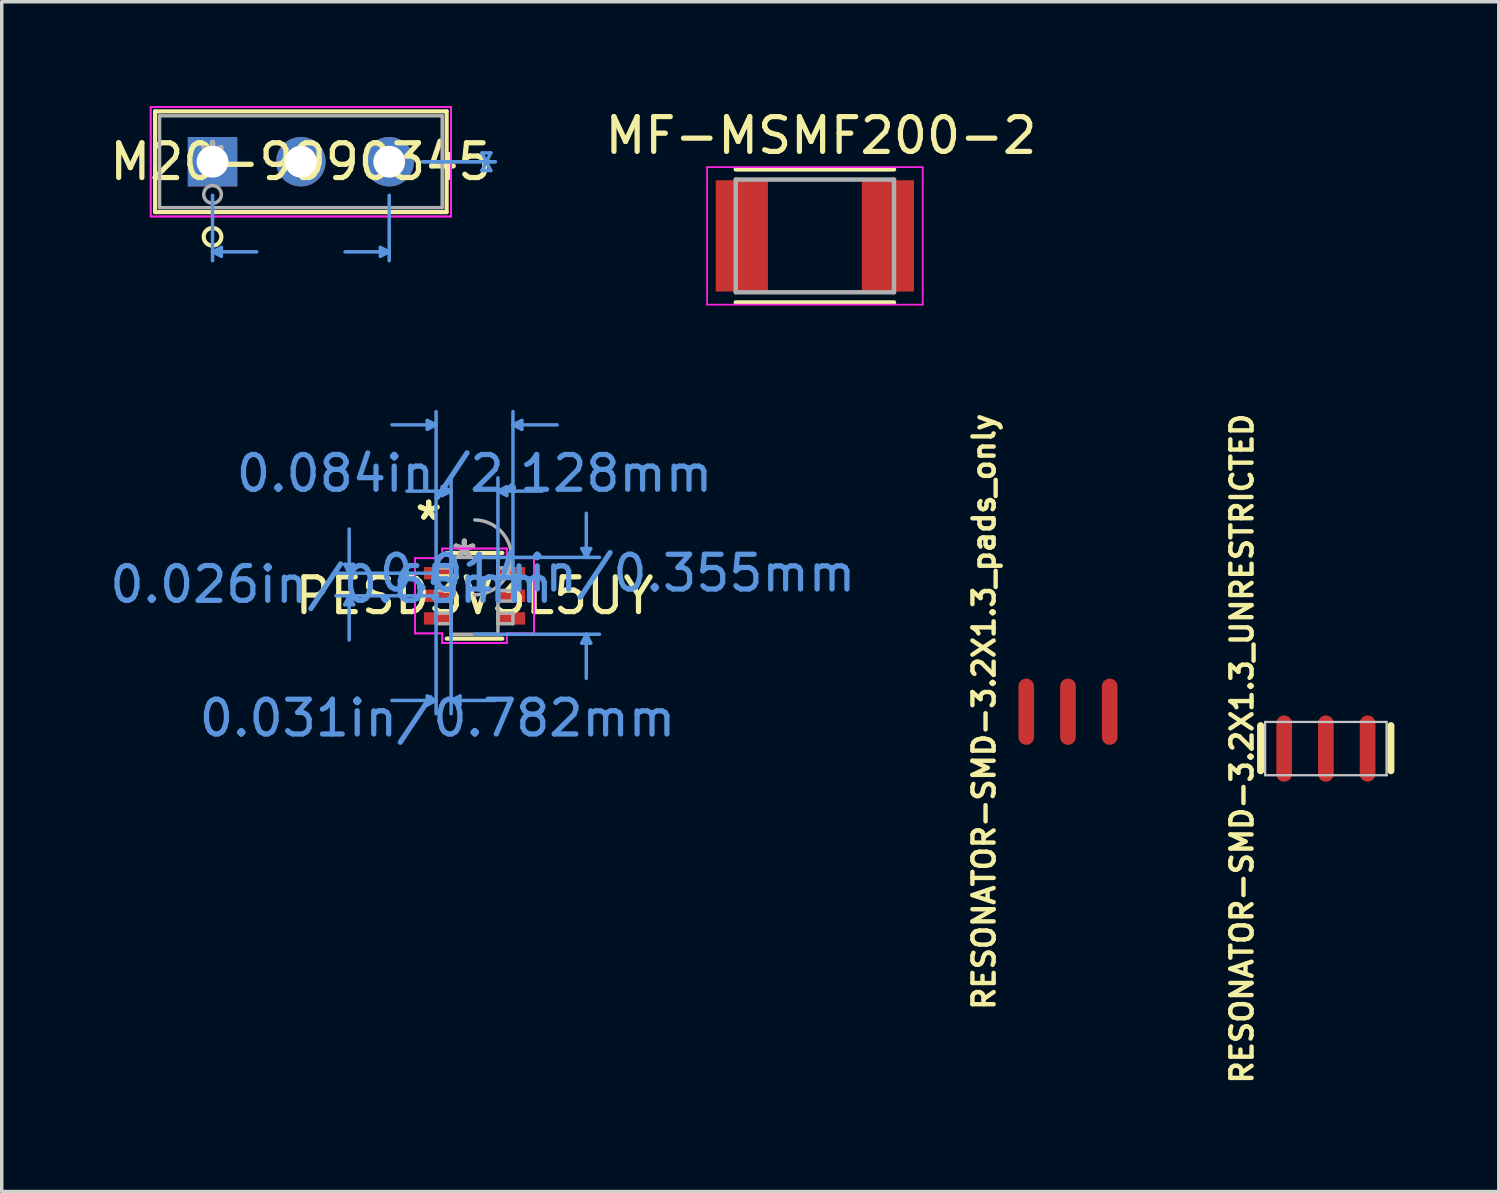
<source format=kicad_pcb>
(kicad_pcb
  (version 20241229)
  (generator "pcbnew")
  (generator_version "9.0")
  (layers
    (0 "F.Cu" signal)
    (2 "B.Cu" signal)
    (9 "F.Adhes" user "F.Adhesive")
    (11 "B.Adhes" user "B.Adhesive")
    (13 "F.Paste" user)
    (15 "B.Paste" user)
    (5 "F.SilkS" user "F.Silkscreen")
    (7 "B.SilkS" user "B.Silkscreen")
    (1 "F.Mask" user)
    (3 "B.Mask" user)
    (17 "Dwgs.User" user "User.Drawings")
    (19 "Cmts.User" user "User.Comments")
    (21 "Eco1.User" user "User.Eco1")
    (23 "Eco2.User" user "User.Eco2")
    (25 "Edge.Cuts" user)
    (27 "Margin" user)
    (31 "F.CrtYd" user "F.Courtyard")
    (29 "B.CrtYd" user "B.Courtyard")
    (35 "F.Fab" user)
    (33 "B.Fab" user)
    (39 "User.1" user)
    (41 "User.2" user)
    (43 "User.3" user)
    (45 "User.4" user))
  (footprint "M20-9990345"
    (layer "F.Cu")
    (at 3.061 1.6)
    (property "Reference" "M20-9990345" (at 2.54 0 0) (layer "F.SilkS") (effects (font (size 1 1) (thickness 0.15))))
    (attr through_hole)
    (fp_line (start -1.651 -1.448) (end -1.651 1.448) (stroke (width 0.12) (type solid)) (layer "F.SilkS"))
    (fp_line (start -1.651 1.448) (end 6.731 1.448) (stroke (width 0.12) (type solid)) (layer "F.SilkS"))
    (fp_line (start 6.731 -1.448) (end -1.651 -1.448) (stroke (width 0.12) (type solid)) (layer "F.SilkS"))
    (fp_line (start 6.731 1.448) (end 6.731 -1.448) (stroke (width 0.12) (type solid)) (layer "F.SilkS"))
    (fp_circle (center 0 2.159) (end 0.254 2.159) (stroke (width 0.12) (type solid)) (fill no) (layer "F.SilkS"))
    (fp_line (start 0 0.965) (end 0 2.845) (stroke (width 0.1) (type solid)) (layer "Cmts.User"))
    (fp_line (start 0 2.591) (end 0.254 2.718) (stroke (width 0.1) (type solid)) (layer "Cmts.User"))
    (fp_line (start 0 2.591) (end 1.27 2.591) (stroke (width 0.1) (type solid)) (layer "Cmts.User"))
    (fp_line (start 0.254 2.464) (end 0 2.591) (stroke (width 0.1) (type solid)) (layer "Cmts.User"))
    (fp_line (start 0.254 2.718) (end 0.254 2.464) (stroke (width 0.1) (type solid)) (layer "Cmts.User"))
    (fp_line (start 4.826 2.464) (end 5.08 2.591) (stroke (width 0.1) (type solid)) (layer "Cmts.User"))
    (fp_line (start 4.826 2.718) (end 4.826 2.464) (stroke (width 0.1) (type solid)) (layer "Cmts.User"))
    (fp_line (start 5.08 0.965) (end 5.08 2.845) (stroke (width 0.1) (type solid)) (layer "Cmts.User"))
    (fp_line (start 5.08 2.591) (end 3.81 2.591) (stroke (width 0.1) (type solid)) (layer "Cmts.User"))
    (fp_line (start 5.08 2.591) (end 4.826 2.718) (stroke (width 0.1) (type solid)) (layer "Cmts.User"))
    (fp_line (start 6.045 0) (end 8.128 0) (stroke (width 0.1) (type solid)) (layer "Cmts.User"))
    (fp_line (start 6.045 0) (end 8.128 0) (stroke (width 0.1) (type solid)) (layer "Cmts.User"))
    (fp_line (start 7.747 -0.254) (end 8.001 -0.254) (stroke (width 0.1) (type solid)) (layer "Cmts.User"))
    (fp_line (start 7.747 0.254) (end 8.001 0.254) (stroke (width 0.1) (type solid)) (layer "Cmts.User"))
    (fp_line (start 7.874 0) (end 7.747 -0.254) (stroke (width 0.1) (type solid)) (layer "Cmts.User"))
    (fp_line (start 7.874 0) (end 7.747 0.254) (stroke (width 0.1) (type solid)) (layer "Cmts.User"))
    (fp_line (start 7.874 0) (end 7.874 0) (stroke (width 0.1) (type solid)) (layer "Cmts.User"))
    (fp_line (start 8.001 -0.254) (end 7.874 0) (stroke (width 0.1) (type solid)) (layer "Cmts.User"))
    (fp_line (start 8.001 0.254) (end 7.874 0) (stroke (width 0.1) (type solid)) (layer "Cmts.User"))
    (fp_line (start -1.778 -1.575) (end -1.778 1.575) (stroke (width 0.05) (type solid)) (layer "F.CrtYd"))
    (fp_line (start -1.778 -1.575) (end -1.778 1.575) (stroke (width 0.05) (type solid)) (layer "F.CrtYd"))
    (fp_line (start -1.778 1.575) (end 6.858 1.575) (stroke (width 0.05) (type solid)) (layer "F.CrtYd"))
    (fp_line (start -1.778 1.575) (end 6.858 1.575) (stroke (width 0.05) (type solid)) (layer "F.CrtYd"))
    (fp_line (start 6.858 -1.575) (end -1.778 -1.575) (stroke (width 0.05) (type solid)) (layer "F.CrtYd"))
    (fp_line (start 6.858 -1.575) (end -1.778 -1.575) (stroke (width 0.05) (type solid)) (layer "F.CrtYd"))
    (fp_line (start 6.858 1.575) (end 6.858 -1.575) (stroke (width 0.05) (type solid)) (layer "F.CrtYd"))
    (fp_line (start 6.858 1.575) (end 6.858 -1.575) (stroke (width 0.05) (type solid)) (layer "F.CrtYd"))
    (fp_line (start -1.524 -1.321) (end -1.524 1.321) (stroke (width 0.1) (type solid)) (layer "F.Fab"))
    (fp_line (start -1.524 1.321) (end 6.604 1.321) (stroke (width 0.1) (type solid)) (layer "F.Fab"))
    (fp_line (start 6.604 -1.321) (end -1.524 -1.321) (stroke (width 0.1) (type solid)) (layer "F.Fab"))
    (fp_line (start 6.604 1.321) (end 6.604 -1.321) (stroke (width 0.1) (type solid)) (layer "F.Fab"))
    (fp_circle (center 0 0.94) (end 0.254 0.94) (stroke (width 0.1) (type solid)) (fill no) (layer "F.Fab"))
    (fp_text user "*" (at 0 0 0) (layer "F.SilkS") (effects (font (size 1 1) (thickness 0.15))))
    (fp_text user "Copyright 2021 Accelerated Designs. All rights reserved." (at 0 0 0) (layer "Cmts.User") (effects (font (size 0.127 0.127) (thickness 0.002))))
    (fp_text user "*" (at 0 0 0) (layer "F.Fab") (effects (font (size 1 1) (thickness 0.15))))
    (pad "1" thru_hole rect (at 0 0) (size 1.422 1.422) (drill 0.914) (layers "*.Cu" "*.Mask"))
    (pad "2" thru_hole circle (at 2.54 0) (size 1.422 1.422) (drill 0.914) (layers "*.Cu" "*.Mask"))
    (pad "3" thru_hole circle (at 5.08 0) (size 1.422 1.422) (drill 0.914) (layers "*.Cu" "*.Mask")))
  (footprint "RESONATOR-SMD-3.2X1.3_pads_only"
    (layer "F.Cu")
    (at 27.657 17.414)
    (property "Reference" "RESONATOR-SMD-3.2X1.3_pads_only" (at -2.413 0 270) (layer "F.SilkS") (effects (font (size 0.61 0.61) (thickness 0.127))))
    (attr smd)
    (pad "1" smd oval (at -1.199 0) (size 0.45 1.905) (layers "F.Cu" "F.Mask" "F.Paste"))
    (pad "2" smd oval (at 0 0) (size 0.45 1.905) (layers "F.Cu" "F.Mask" "F.Paste"))
    (pad "3" smd oval (at 1.199 0) (size 0.45 1.905) (layers "F.Cu" "F.Mask" "F.Paste")))
  (footprint "MF-MSMF200-2"
    (layer "F.Cu")
    (at 20.38 3.733)
    (property "Reference" "MF-MSMF200-2" (at 0.175 -2.885 0) (layer "F.SilkS") (effects (font (size 1 1) (thickness 0.15))))
    (attr through_hole)
    (fp_line (start -2.275 1.913) (end 2.275 1.913) (stroke (width 0.127) (type solid)) (layer "F.SilkS"))
    (fp_line (start 2.275 -1.913) (end -2.275 -1.913) (stroke (width 0.127) (type solid)) (layer "F.SilkS"))
    (fp_line (start -3.1 -1.977) (end 3.1 -1.977) (stroke (width 0.05) (type solid)) (layer "F.CrtYd"))
    (fp_line (start -3.1 1.977) (end -3.1 -1.977) (stroke (width 0.05) (type solid)) (layer "F.CrtYd"))
    (fp_line (start 3.1 -1.977) (end 3.1 1.977) (stroke (width 0.05) (type solid)) (layer "F.CrtYd"))
    (fp_line (start 3.1 1.977) (end -3.1 1.977) (stroke (width 0.05) (type solid)) (layer "F.CrtYd"))
    (fp_line (start -2.275 -1.62) (end -2.275 1.62) (stroke (width 0.127) (type solid)) (layer "F.Fab"))
    (fp_line (start -2.275 1.62) (end 2.275 1.62) (stroke (width 0.127) (type solid)) (layer "F.Fab"))
    (fp_line (start 2.275 -1.62) (end -2.275 -1.62) (stroke (width 0.127) (type solid)) (layer "F.Fab"))
    (fp_line (start 2.275 1.62) (end 2.275 -1.62) (stroke (width 0.127) (type solid)) (layer "F.Fab"))
    (pad "1" smd rect (at -2.1 0) (size 1.5 3.2) (layers "F.Cu" "F.Mask" "F.Paste"))
    (pad "2" smd rect (at 2.1 0) (size 1.5 3.2) (layers "F.Cu" "F.Mask" "F.Paste")))
  (footprint "PESD3V3L5UY"
    (layer "F.Cu")
    (at 10.594 14.081)
    (property "Reference" "PESD3V3L5UY" (at 0 0 0) (layer "F.SilkS") (effects (font (size 1 1) (thickness 0.15))))
    (attr through_hole)
    (fp_line (start -0.8 1.232) (end 0.8 1.232) (stroke (width 0.12) (type solid)) (layer "F.SilkS"))
    (fp_line (start 0.8 -1.232) (end -0.8 -1.232) (stroke (width 0.12) (type solid)) (layer "F.SilkS"))
    (fp_line (start -3.731 -0.904) (end -3.477 -0.904) (stroke (width 0.1) (type solid)) (layer "Cmts.User"))
    (fp_line (start -3.731 0.254) (end -3.477 0.254) (stroke (width 0.1) (type solid)) (layer "Cmts.User"))
    (fp_line (start -3.604 -0.65) (end -3.731 -0.904) (stroke (width 0.1) (type solid)) (layer "Cmts.User"))
    (fp_line (start -3.604 -0.65) (end -3.604 -1.92) (stroke (width 0.1) (type solid)) (layer "Cmts.User"))
    (fp_line (start -3.604 -0.65) (end -3.477 -0.904) (stroke (width 0.1) (type solid)) (layer "Cmts.User"))
    (fp_line (start -3.604 0) (end -3.731 0.254) (stroke (width 0.1) (type solid)) (layer "Cmts.User"))
    (fp_line (start -3.604 0) (end -3.604 1.27) (stroke (width 0.1) (type solid)) (layer "Cmts.User"))
    (fp_line (start -3.604 0) (end -3.477 0.254) (stroke (width 0.1) (type solid)) (layer "Cmts.User"))
    (fp_line (start -1.359 -5.042) (end -1.359 -4.788) (stroke (width 0.1) (type solid)) (layer "Cmts.User"))
    (fp_line (start -1.359 2.883) (end -1.359 3.137) (stroke (width 0.1) (type solid)) (layer "Cmts.User"))
    (fp_line (start -1.105 -4.915) (end -2.375 -4.915) (stroke (width 0.1) (type solid)) (layer "Cmts.User"))
    (fp_line (start -1.105 -4.915) (end -1.359 -5.042) (stroke (width 0.1) (type solid)) (layer "Cmts.User"))
    (fp_line (start -1.105 -4.915) (end -1.359 -4.788) (stroke (width 0.1) (type solid)) (layer "Cmts.User"))
    (fp_line (start -1.105 0) (end -1.105 -5.296) (stroke (width 0.1) (type solid)) (layer "Cmts.User"))
    (fp_line (start -1.105 0) (end -1.105 3.391) (stroke (width 0.1) (type solid)) (layer "Cmts.User"))
    (fp_line (start -1.105 3.01) (end -2.375 3.01) (stroke (width 0.1) (type solid)) (layer "Cmts.User"))
    (fp_line (start -1.105 3.01) (end -1.359 2.883) (stroke (width 0.1) (type solid)) (layer "Cmts.User"))
    (fp_line (start -1.105 3.01) (end -1.359 3.137) (stroke (width 0.1) (type solid)) (layer "Cmts.User"))
    (fp_line (start -1.064 -0.65) (end -3.985 -0.65) (stroke (width 0.1) (type solid)) (layer "Cmts.User"))
    (fp_line (start -1.064 0) (end -3.985 0) (stroke (width 0.1) (type solid)) (layer "Cmts.User"))
    (fp_line (start -0.927 -3.137) (end -0.927 -2.883) (stroke (width 0.1) (type solid)) (layer "Cmts.User"))
    (fp_line (start -0.673 -3.01) (end -1.943 -3.01) (stroke (width 0.1) (type solid)) (layer "Cmts.User"))
    (fp_line (start -0.673 -3.01) (end -0.927 -3.137) (stroke (width 0.1) (type solid)) (layer "Cmts.User"))
    (fp_line (start -0.673 -3.01) (end -0.927 -2.883) (stroke (width 0.1) (type solid)) (layer "Cmts.User"))
    (fp_line (start -0.673 0) (end -0.673 -3.391) (stroke (width 0.1) (type solid)) (layer "Cmts.User"))
    (fp_line (start -0.673 0) (end -0.673 3.391) (stroke (width 0.1) (type solid)) (layer "Cmts.User"))
    (fp_line (start -0.673 3.01) (end -0.419 2.883) (stroke (width 0.1) (type solid)) (layer "Cmts.User"))
    (fp_line (start -0.673 3.01) (end -0.419 3.137) (stroke (width 0.1) (type solid)) (layer "Cmts.User"))
    (fp_line (start -0.673 3.01) (end 0.597 3.01) (stroke (width 0.1) (type solid)) (layer "Cmts.User"))
    (fp_line (start -0.419 2.883) (end -0.419 3.137) (stroke (width 0.1) (type solid)) (layer "Cmts.User"))
    (fp_line (start 0 -1.105) (end 3.594 -1.105) (stroke (width 0.1) (type solid)) (layer "Cmts.User"))
    (fp_line (start 0 1.105) (end 3.594 1.105) (stroke (width 0.1) (type solid)) (layer "Cmts.User"))
    (fp_line (start 0.673 -3.01) (end 0.927 -3.137) (stroke (width 0.1) (type solid)) (layer "Cmts.User"))
    (fp_line (start 0.673 -3.01) (end 0.927 -2.883) (stroke (width 0.1) (type solid)) (layer "Cmts.User"))
    (fp_line (start 0.673 -3.01) (end 1.943 -3.01) (stroke (width 0.1) (type solid)) (layer "Cmts.User"))
    (fp_line (start 0.673 0) (end 0.673 -3.391) (stroke (width 0.1) (type solid)) (layer "Cmts.User"))
    (fp_line (start 0.927 -3.137) (end 0.927 -2.883) (stroke (width 0.1) (type solid)) (layer "Cmts.User"))
    (fp_line (start 1.105 -4.915) (end 1.359 -5.042) (stroke (width 0.1) (type solid)) (layer "Cmts.User"))
    (fp_line (start 1.105 -4.915) (end 1.359 -4.788) (stroke (width 0.1) (type solid)) (layer "Cmts.User"))
    (fp_line (start 1.105 -4.915) (end 2.375 -4.915) (stroke (width 0.1) (type solid)) (layer "Cmts.User"))
    (fp_line (start 1.105 0) (end 1.105 -5.296) (stroke (width 0.1) (type solid)) (layer "Cmts.User"))
    (fp_line (start 1.359 -5.042) (end 1.359 -4.788) (stroke (width 0.1) (type solid)) (layer "Cmts.User"))
    (fp_line (start 3.086 -1.359) (end 3.34 -1.359) (stroke (width 0.1) (type solid)) (layer "Cmts.User"))
    (fp_line (start 3.086 1.359) (end 3.34 1.359) (stroke (width 0.1) (type solid)) (layer "Cmts.User"))
    (fp_line (start 3.213 -1.105) (end 3.086 -1.359) (stroke (width 0.1) (type solid)) (layer "Cmts.User"))
    (fp_line (start 3.213 -1.105) (end 3.213 -2.375) (stroke (width 0.1) (type solid)) (layer "Cmts.User"))
    (fp_line (start 3.213 -1.105) (end 3.34 -1.359) (stroke (width 0.1) (type solid)) (layer "Cmts.User"))
    (fp_line (start 3.213 1.105) (end 3.086 1.359) (stroke (width 0.1) (type solid)) (layer "Cmts.User"))
    (fp_line (start 3.213 1.105) (end 3.213 2.375) (stroke (width 0.1) (type solid)) (layer "Cmts.User"))
    (fp_line (start 3.213 1.105) (end 3.34 1.359) (stroke (width 0.1) (type solid)) (layer "Cmts.User"))
    (fp_line (start -1.709 -1.081) (end -0.927 -1.081) (stroke (width 0.05) (type solid)) (layer "F.CrtYd"))
    (fp_line (start -1.709 -1.081) (end -0.927 -1.081) (stroke (width 0.05) (type solid)) (layer "F.CrtYd"))
    (fp_line (start -1.709 1.081) (end -1.709 -1.081) (stroke (width 0.05) (type solid)) (layer "F.CrtYd"))
    (fp_line (start -1.709 1.081) (end -1.709 -1.081) (stroke (width 0.05) (type solid)) (layer "F.CrtYd"))
    (fp_line (start -1.709 1.081) (end -0.927 1.081) (stroke (width 0.05) (type solid)) (layer "F.CrtYd"))
    (fp_line (start -0.927 -1.359) (end 0.927 -1.359) (stroke (width 0.05) (type solid)) (layer "F.CrtYd"))
    (fp_line (start -0.927 -1.359) (end 0.927 -1.359) (stroke (width 0.05) (type solid)) (layer "F.CrtYd"))
    (fp_line (start -0.927 -1.081) (end -0.927 -1.359) (stroke (width 0.05) (type solid)) (layer "F.CrtYd"))
    (fp_line (start -0.927 -1.081) (end -0.927 -1.359) (stroke (width 0.05) (type solid)) (layer "F.CrtYd"))
    (fp_line (start -0.927 1.081) (end -1.709 1.081) (stroke (width 0.05) (type solid)) (layer "F.CrtYd"))
    (fp_line (start -0.927 1.359) (end -0.927 1.081) (stroke (width 0.05) (type solid)) (layer "F.CrtYd"))
    (fp_line (start -0.927 1.359) (end -0.927 1.081) (stroke (width 0.05) (type solid)) (layer "F.CrtYd"))
    (fp_line (start 0.927 -1.359) (end 0.927 -1.081) (stroke (width 0.05) (type solid)) (layer "F.CrtYd"))
    (fp_line (start 0.927 -1.359) (end 0.927 -1.081) (stroke (width 0.05) (type solid)) (layer "F.CrtYd"))
    (fp_line (start 0.927 -1.081) (end 1.709 -1.081) (stroke (width 0.05) (type solid)) (layer "F.CrtYd"))
    (fp_line (start 0.927 1.081) (end 0.927 1.359) (stroke (width 0.05) (type solid)) (layer "F.CrtYd"))
    (fp_line (start 0.927 1.081) (end 0.927 1.359) (stroke (width 0.05) (type solid)) (layer "F.CrtYd"))
    (fp_line (start 0.927 1.359) (end -0.927 1.359) (stroke (width 0.05) (type solid)) (layer "F.CrtYd"))
    (fp_line (start 0.927 1.359) (end -0.927 1.359) (stroke (width 0.05) (type solid)) (layer "F.CrtYd"))
    (fp_line (start 1.709 -1.081) (end 0.927 -1.081) (stroke (width 0.05) (type solid)) (layer "F.CrtYd"))
    (fp_line (start 1.709 -1.081) (end 1.709 1.081) (stroke (width 0.05) (type solid)) (layer "F.CrtYd"))
    (fp_line (start 1.709 -1.081) (end 1.709 1.081) (stroke (width 0.05) (type solid)) (layer "F.CrtYd"))
    (fp_line (start 1.709 1.081) (end 0.927 1.081) (stroke (width 0.05) (type solid)) (layer "F.CrtYd"))
    (fp_line (start 1.709 1.081) (end 0.927 1.081) (stroke (width 0.05) (type solid)) (layer "F.CrtYd"))
    (fp_line (start -1.105 -0.802) (end -1.105 -0.498) (stroke (width 0.1) (type solid)) (layer "F.Fab"))
    (fp_line (start -1.105 -0.498) (end -0.673 -0.498) (stroke (width 0.1) (type solid)) (layer "F.Fab"))
    (fp_line (start -1.105 -0.152) (end -1.105 0.152) (stroke (width 0.1) (type solid)) (layer "F.Fab"))
    (fp_line (start -1.105 0.152) (end -0.673 0.152) (stroke (width 0.1) (type solid)) (layer "F.Fab"))
    (fp_line (start -1.105 0.498) (end -1.105 0.802) (stroke (width 0.1) (type solid)) (layer "F.Fab"))
    (fp_line (start -1.105 0.802) (end -0.673 0.802) (stroke (width 0.1) (type solid)) (layer "F.Fab"))
    (fp_line (start -0.673 -1.105) (end -0.673 1.105) (stroke (width 0.1) (type solid)) (layer "F.Fab"))
    (fp_line (start -0.673 -0.802) (end -1.105 -0.802) (stroke (width 0.1) (type solid)) (layer "F.Fab"))
    (fp_line (start -0.673 -0.498) (end -0.673 -0.802) (stroke (width 0.1) (type solid)) (layer "F.Fab"))
    (fp_line (start -0.673 -0.152) (end -1.105 -0.152) (stroke (width 0.1) (type solid)) (layer "F.Fab"))
    (fp_line (start -0.673 0.152) (end -0.673 -0.152) (stroke (width 0.1) (type solid)) (layer "F.Fab"))
    (fp_line (start -0.673 0.498) (end -1.105 0.498) (stroke (width 0.1) (type solid)) (layer "F.Fab"))
    (fp_line (start -0.673 0.802) (end -0.673 0.498) (stroke (width 0.1) (type solid)) (layer "F.Fab"))
    (fp_line (start -0.673 1.105) (end 0.673 1.105) (stroke (width 0.1) (type solid)) (layer "F.Fab"))
    (fp_line (start 0.673 -1.105) (end -0.673 -1.105) (stroke (width 0.1) (type solid)) (layer "F.Fab"))
    (fp_line (start 0.673 -0.802) (end 0.673 -0.498) (stroke (width 0.1) (type solid)) (layer "F.Fab"))
    (fp_line (start 0.673 -0.498) (end 1.105 -0.498) (stroke (width 0.1) (type solid)) (layer "F.Fab"))
    (fp_line (start 0.673 -0.152) (end 0.673 0.152) (stroke (width 0.1) (type solid)) (layer "F.Fab"))
    (fp_line (start 0.673 0.152) (end 1.105 0.152) (stroke (width 0.1) (type solid)) (layer "F.Fab"))
    (fp_line (start 0.673 0.498) (end 0.673 0.802) (stroke (width 0.1) (type solid)) (layer "F.Fab"))
    (fp_line (start 0.673 0.802) (end 1.105 0.802) (stroke (width 0.1) (type solid)) (layer "F.Fab"))
    (fp_line (start 0.673 1.105) (end 0.673 -1.105) (stroke (width 0.1) (type solid)) (layer "F.Fab"))
    (fp_line (start 1.105 -0.802) (end 0.673 -0.802) (stroke (width 0.1) (type solid)) (layer "F.Fab"))
    (fp_line (start 1.105 -0.498) (end 1.105 -0.802) (stroke (width 0.1) (type solid)) (layer "F.Fab"))
    (fp_line (start 1.105 -0.152) (end 0.673 -0.152) (stroke (width 0.1) (type solid)) (layer "F.Fab"))
    (fp_line (start 1.105 0.152) (end 1.105 -0.152) (stroke (width 0.1) (type solid)) (layer "F.Fab"))
    (fp_line (start 1.105 0.498) (end 0.673 0.498) (stroke (width 0.1) (type solid)) (layer "F.Fab"))
    (fp_line (start 1.105 0.802) (end 1.105 0.498) (stroke (width 0.1) (type solid)) (layer "F.Fab"))
    (fp_arc (start 0.007742 -2.181736) (mid 1.076836 -1.097158) (end -0.007742 -0.028064) (stroke (width 0.1) (type solid)) (layer "F.Fab"))
    (fp_text user "*" (at -1.318 -2.148 0) (layer "F.SilkS") (effects (font (size 1 1) (thickness 0.15))))
    (fp_text user "*" (at -1.318 -2.148 0) (layer "F.SilkS") (effects (font (size 1 1) (thickness 0.15))))
    (fp_text user "0.084in/2.128mm" (at 0 -3.518 0) (layer "Cmts.User") (effects (font (size 1 1) (thickness 0.15))))
    (fp_text user "Copyright 2021 Accelerated Designs. All rights reserved." (at 0 0 0) (layer "Cmts.User") (effects (font (size 0.127 0.127) (thickness 0.002))))
    (fp_text user "0.031in/0.782mm" (at -1.064 3.518 0) (layer "Cmts.User") (effects (font (size 1 1) (thickness 0.15))))
    (fp_text user "0.026in/0.65mm" (at -4.112 -0.325 0) (layer "Cmts.User") (effects (font (size 1 1) (thickness 0.15))))
    (fp_text user "0.014in/0.355mm" (at 4.112 -0.65 0) (layer "Cmts.User") (effects (font (size 1 1) (thickness 0.15))))
    (fp_text user "*" (at -0.292 -1.029 0) (layer "F.Fab") (effects (font (size 1 1) (thickness 0.15))))
    (fp_text user "*" (at -0.292 -1.029 0) (layer "F.Fab") (effects (font (size 1 1) (thickness 0.15))))
    (pad "1" smd rect (at -1.064 -0.65) (size 0.782 0.355) (layers "F.Cu" "F.Mask" "F.Paste"))
    (pad "2" smd rect (at -1.064 0) (size 0.782 0.355) (layers "F.Cu" "F.Mask" "F.Paste"))
    (pad "3" smd rect (at -1.064 0.65) (size 0.782 0.355) (layers "F.Cu" "F.Mask" "F.Paste"))
    (pad "4" smd rect (at 1.064 0.65) (size 0.782 0.355) (layers "F.Cu" "F.Mask" "F.Paste"))
    (pad "5" smd rect (at 1.064 0) (size 0.782 0.355) (layers "F.Cu" "F.Mask" "F.Paste"))
    (pad "6" smd rect (at 1.064 -0.65) (size 0.782 0.355) (layers "F.Cu" "F.Mask" "F.Paste")))
  (footprint "RESONATOR-SMD-3.2X1.3_UNRESTRICTED"
    (layer "F.Cu")
    (at 35.073 18.473)
    (property "Reference" "RESONATOR-SMD-3.2X1.3_UNRESTRICTED" (at -2.413 0 90) (layer "F.SilkS") (effects (font (size 0.61 0.61) (thickness 0.127))))
    (attr smd)
    (fp_line (start -1.877 0.638) (end -1.877 -0.658) (stroke (width 0.203) (type solid)) (layer "F.SilkS"))
    (fp_line (start 1.869 -0.658) (end 1.869 0.638) (stroke (width 0.203) (type solid)) (layer "F.SilkS"))
    (fp_line (start -1.748 -0.765) (end 1.745 -0.765) (stroke (width 0.066) (type solid)) (layer "Dwgs.User"))
    (fp_line (start -1.748 0.767) (end -1.748 -0.765) (stroke (width 0.066) (type solid)) (layer "Dwgs.User"))
    (fp_line (start -1.748 0.767) (end 1.745 0.767) (stroke (width 0.066) (type solid)) (layer "Dwgs.User"))
    (fp_line (start 1.745 0.767) (end 1.745 -0.765) (stroke (width 0.066) (type solid)) (layer "Dwgs.User"))
    (pad "1" smd oval (at -1.199 0) (size 0.45 1.905) (layers "F.Cu" "F.Mask" "F.Paste"))
    (pad "2" smd oval (at 0 0) (size 0.45 1.905) (layers "F.Cu" "F.Mask" "F.Paste"))
    (pad "3" smd oval (at 1.199 0) (size 0.45 1.905) (layers "F.Cu" "F.Mask" "F.Paste")))
  (gr_rect
    (start -3 -3)
    (end 40.044 31.211)
    (stroke (width 0.1) (type default))
    (fill no)
    (layer "Edge.Cuts")))
</source>
